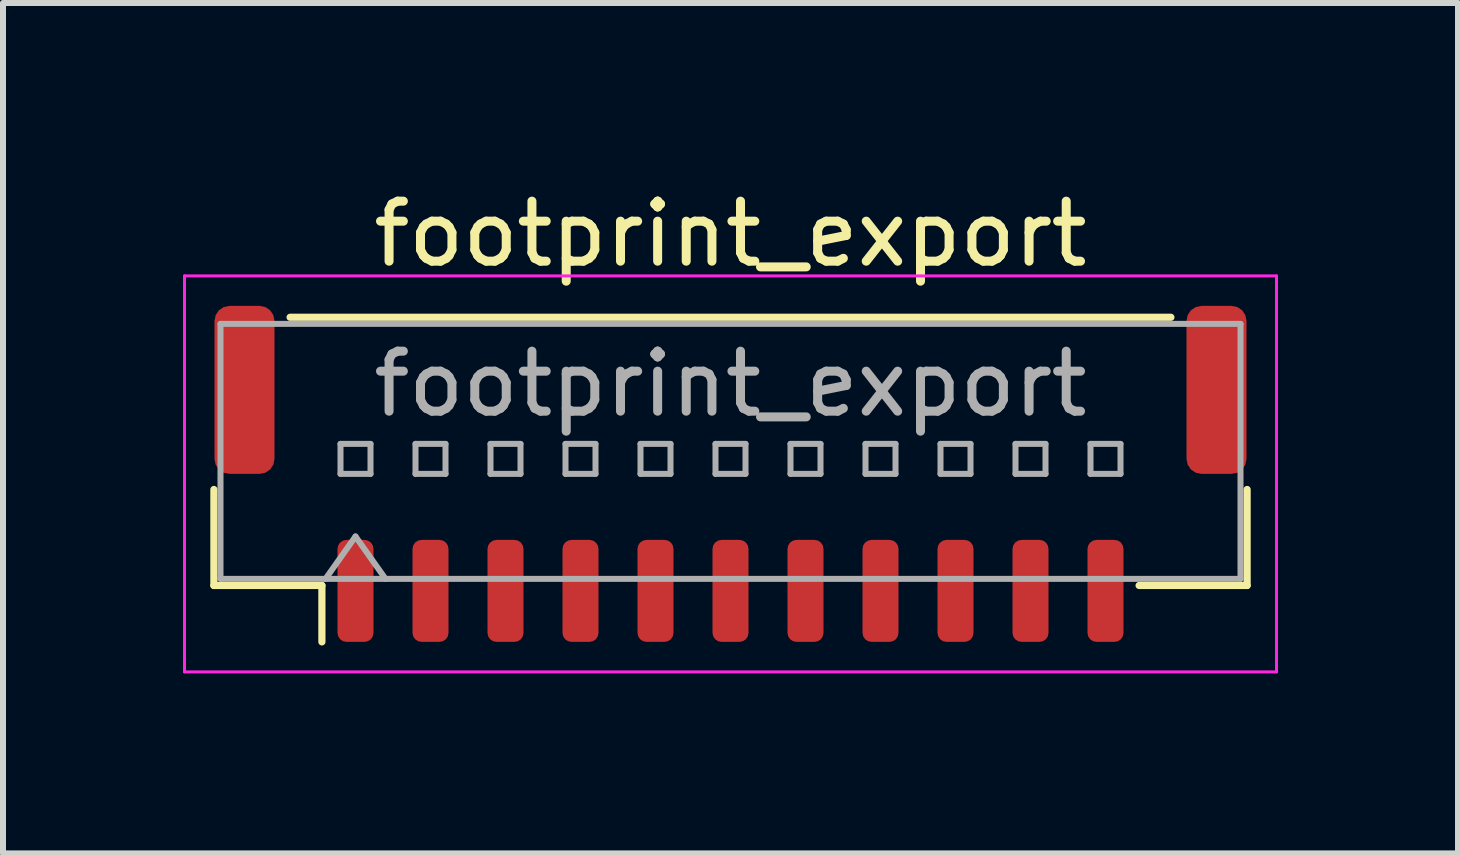
<source format=kicad_pcb>
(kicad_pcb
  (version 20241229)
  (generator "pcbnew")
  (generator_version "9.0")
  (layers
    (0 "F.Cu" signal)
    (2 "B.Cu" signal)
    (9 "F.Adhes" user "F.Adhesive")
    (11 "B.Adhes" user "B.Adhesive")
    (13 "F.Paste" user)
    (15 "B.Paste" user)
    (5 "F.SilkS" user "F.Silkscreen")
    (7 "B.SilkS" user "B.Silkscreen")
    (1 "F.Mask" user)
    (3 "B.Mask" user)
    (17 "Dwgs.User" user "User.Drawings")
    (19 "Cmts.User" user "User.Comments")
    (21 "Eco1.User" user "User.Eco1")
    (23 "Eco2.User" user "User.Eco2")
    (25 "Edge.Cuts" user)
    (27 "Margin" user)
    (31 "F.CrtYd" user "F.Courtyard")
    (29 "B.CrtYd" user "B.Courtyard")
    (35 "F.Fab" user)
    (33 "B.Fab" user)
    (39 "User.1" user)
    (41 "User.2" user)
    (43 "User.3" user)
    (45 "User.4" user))
  (footprint "footprint_export"
    (layer "F.Cu")
    (at 9.125 4.848)
    (property "Reference" "footprint_export" (at 0 -4 0) (layer "F.SilkS") (effects (font (size 1 1) (thickness 0.15))))
    (attr smd)
    (fp_line (start -8.61 0.26) (end -8.61 1.86) (stroke (width 0.12) (type solid)) (layer "F.SilkS"))
    (fp_line (start -8.61 1.86) (end -6.81 1.86) (stroke (width 0.12) (type solid)) (layer "F.SilkS"))
    (fp_line (start -7.34 -2.61) (end 7.34 -2.61) (stroke (width 0.12) (type solid)) (layer "F.SilkS"))
    (fp_line (start -6.81 1.86) (end -6.81 2.8) (stroke (width 0.12) (type solid)) (layer "F.SilkS"))
    (fp_line (start 8.61 0.26) (end 8.61 1.86) (stroke (width 0.12) (type solid)) (layer "F.SilkS"))
    (fp_line (start 8.61 1.86) (end 6.81 1.86) (stroke (width 0.12) (type solid)) (layer "F.SilkS"))
    (fp_line (start -9.1 -3.3) (end -9.1 3.3) (stroke (width 0.05) (type solid)) (layer "F.CrtYd"))
    (fp_line (start -9.1 3.3) (end 9.1 3.3) (stroke (width 0.05) (type solid)) (layer "F.CrtYd"))
    (fp_line (start 9.1 -3.3) (end -9.1 -3.3) (stroke (width 0.05) (type solid)) (layer "F.CrtYd"))
    (fp_line (start 9.1 3.3) (end 9.1 -3.3) (stroke (width 0.05) (type solid)) (layer "F.CrtYd"))
    (fp_line (start -8.5 -2.5) (end 8.5 -2.5) (stroke (width 0.1) (type solid)) (layer "F.Fab"))
    (fp_line (start -8.5 1.75) (end -8.5 -2.5) (stroke (width 0.1) (type solid)) (layer "F.Fab"))
    (fp_line (start -8.5 1.75) (end 8.5 1.75) (stroke (width 0.1) (type solid)) (layer "F.Fab"))
    (fp_line (start -6.75 1.75) (end -6.25 1.043) (stroke (width 0.1) (type solid)) (layer "F.Fab"))
    (fp_line (start -6.5 -0.5) (end -6.5 0) (stroke (width 0.1) (type solid)) (layer "F.Fab"))
    (fp_line (start -6.5 0) (end -6 0) (stroke (width 0.1) (type solid)) (layer "F.Fab"))
    (fp_line (start -6.25 1.043) (end -5.75 1.75) (stroke (width 0.1) (type solid)) (layer "F.Fab"))
    (fp_line (start -6 -0.5) (end -6.5 -0.5) (stroke (width 0.1) (type solid)) (layer "F.Fab"))
    (fp_line (start -6 0) (end -6 -0.5) (stroke (width 0.1) (type solid)) (layer "F.Fab"))
    (fp_line (start -5.25 -0.5) (end -5.25 0) (stroke (width 0.1) (type solid)) (layer "F.Fab"))
    (fp_line (start -5.25 0) (end -4.75 0) (stroke (width 0.1) (type solid)) (layer "F.Fab"))
    (fp_line (start -4.75 -0.5) (end -5.25 -0.5) (stroke (width 0.1) (type solid)) (layer "F.Fab"))
    (fp_line (start -4.75 0) (end -4.75 -0.5) (stroke (width 0.1) (type solid)) (layer "F.Fab"))
    (fp_line (start -4 -0.5) (end -4 0) (stroke (width 0.1) (type solid)) (layer "F.Fab"))
    (fp_line (start -4 0) (end -3.5 0) (stroke (width 0.1) (type solid)) (layer "F.Fab"))
    (fp_line (start -3.5 -0.5) (end -4 -0.5) (stroke (width 0.1) (type solid)) (layer "F.Fab"))
    (fp_line (start -3.5 0) (end -3.5 -0.5) (stroke (width 0.1) (type solid)) (layer "F.Fab"))
    (fp_line (start -2.75 -0.5) (end -2.75 0) (stroke (width 0.1) (type solid)) (layer "F.Fab"))
    (fp_line (start -2.75 0) (end -2.25 0) (stroke (width 0.1) (type solid)) (layer "F.Fab"))
    (fp_line (start -2.25 -0.5) (end -2.75 -0.5) (stroke (width 0.1) (type solid)) (layer "F.Fab"))
    (fp_line (start -2.25 0) (end -2.25 -0.5) (stroke (width 0.1) (type solid)) (layer "F.Fab"))
    (fp_line (start -1.5 -0.5) (end -1.5 0) (stroke (width 0.1) (type solid)) (layer "F.Fab"))
    (fp_line (start -1.5 0) (end -1 0) (stroke (width 0.1) (type solid)) (layer "F.Fab"))
    (fp_line (start -1 -0.5) (end -1.5 -0.5) (stroke (width 0.1) (type solid)) (layer "F.Fab"))
    (fp_line (start -1 0) (end -1 -0.5) (stroke (width 0.1) (type solid)) (layer "F.Fab"))
    (fp_line (start -0.25 -0.5) (end -0.25 0) (stroke (width 0.1) (type solid)) (layer "F.Fab"))
    (fp_line (start -0.25 0) (end 0.25 0) (stroke (width 0.1) (type solid)) (layer "F.Fab"))
    (fp_line (start 0.25 -0.5) (end -0.25 -0.5) (stroke (width 0.1) (type solid)) (layer "F.Fab"))
    (fp_line (start 0.25 0) (end 0.25 -0.5) (stroke (width 0.1) (type solid)) (layer "F.Fab"))
    (fp_line (start 1 -0.5) (end 1 0) (stroke (width 0.1) (type solid)) (layer "F.Fab"))
    (fp_line (start 1 0) (end 1.5 0) (stroke (width 0.1) (type solid)) (layer "F.Fab"))
    (fp_line (start 1.5 -0.5) (end 1 -0.5) (stroke (width 0.1) (type solid)) (layer "F.Fab"))
    (fp_line (start 1.5 0) (end 1.5 -0.5) (stroke (width 0.1) (type solid)) (layer "F.Fab"))
    (fp_line (start 2.25 -0.5) (end 2.25 0) (stroke (width 0.1) (type solid)) (layer "F.Fab"))
    (fp_line (start 2.25 0) (end 2.75 0) (stroke (width 0.1) (type solid)) (layer "F.Fab"))
    (fp_line (start 2.75 -0.5) (end 2.25 -0.5) (stroke (width 0.1) (type solid)) (layer "F.Fab"))
    (fp_line (start 2.75 0) (end 2.75 -0.5) (stroke (width 0.1) (type solid)) (layer "F.Fab"))
    (fp_line (start 3.5 -0.5) (end 3.5 0) (stroke (width 0.1) (type solid)) (layer "F.Fab"))
    (fp_line (start 3.5 0) (end 4 0) (stroke (width 0.1) (type solid)) (layer "F.Fab"))
    (fp_line (start 4 -0.5) (end 3.5 -0.5) (stroke (width 0.1) (type solid)) (layer "F.Fab"))
    (fp_line (start 4 0) (end 4 -0.5) (stroke (width 0.1) (type solid)) (layer "F.Fab"))
    (fp_line (start 4.75 -0.5) (end 4.75 0) (stroke (width 0.1) (type solid)) (layer "F.Fab"))
    (fp_line (start 4.75 0) (end 5.25 0) (stroke (width 0.1) (type solid)) (layer "F.Fab"))
    (fp_line (start 5.25 -0.5) (end 4.75 -0.5) (stroke (width 0.1) (type solid)) (layer "F.Fab"))
    (fp_line (start 5.25 0) (end 5.25 -0.5) (stroke (width 0.1) (type solid)) (layer "F.Fab"))
    (fp_line (start 6 -0.5) (end 6 0) (stroke (width 0.1) (type solid)) (layer "F.Fab"))
    (fp_line (start 6 0) (end 6.5 0) (stroke (width 0.1) (type solid)) (layer "F.Fab"))
    (fp_line (start 6.5 -0.5) (end 6 -0.5) (stroke (width 0.1) (type solid)) (layer "F.Fab"))
    (fp_line (start 6.5 0) (end 6.5 -0.5) (stroke (width 0.1) (type solid)) (layer "F.Fab"))
    (fp_line (start 8.5 1.75) (end 8.5 -2.5) (stroke (width 0.1) (type solid)) (layer "F.Fab"))
    (fp_text user "${REFERENCE}" (at 0 -1.5 0) (layer "F.Fab") (effects (font (size 1 1) (thickness 0.15))))
    (pad "1" smd roundrect (at -6.25 1.95) (size 0.6 1.7) (layers "F.Cu" "F.Mask" "F.Paste") (roundrect_rratio 0.25))
    (pad "2" smd roundrect (at -5 1.95) (size 0.6 1.7) (layers "F.Cu" "F.Mask" "F.Paste") (roundrect_rratio 0.25))
    (pad "3" smd roundrect (at -3.75 1.95) (size 0.6 1.7) (layers "F.Cu" "F.Mask" "F.Paste") (roundrect_rratio 0.25))
    (pad "4" smd roundrect (at -2.5 1.95) (size 0.6 1.7) (layers "F.Cu" "F.Mask" "F.Paste") (roundrect_rratio 0.25))
    (pad "5" smd roundrect (at -1.25 1.95) (size 0.6 1.7) (layers "F.Cu" "F.Mask" "F.Paste") (roundrect_rratio 0.25))
    (pad "6" smd roundrect (at 0 1.95) (size 0.6 1.7) (layers "F.Cu" "F.Mask" "F.Paste") (roundrect_rratio 0.25))
    (pad "7" smd roundrect (at 1.25 1.95) (size 0.6 1.7) (layers "F.Cu" "F.Mask" "F.Paste") (roundrect_rratio 0.25))
    (pad "8" smd roundrect (at 2.5 1.95) (size 0.6 1.7) (layers "F.Cu" "F.Mask" "F.Paste") (roundrect_rratio 0.25))
    (pad "9" smd roundrect (at 3.75 1.95) (size 0.6 1.7) (layers "F.Cu" "F.Mask" "F.Paste") (roundrect_rratio 0.25))
    (pad "10" smd roundrect (at 5 1.95) (size 0.6 1.7) (layers "F.Cu" "F.Mask" "F.Paste") (roundrect_rratio 0.25))
    (pad "11" smd roundrect (at 6.25 1.95) (size 0.6 1.7) (layers "F.Cu" "F.Mask" "F.Paste") (roundrect_rratio 0.25))
    (pad "MP" smd roundrect (at -8.1 -1.4) (size 1 2.8) (layers "F.Cu" "F.Mask" "F.Paste") (roundrect_rratio 0.25))
    (pad "MP" smd roundrect (at 8.1 -1.4) (size 1 2.8) (layers "F.Cu" "F.Mask" "F.Paste") (roundrect_rratio 0.25)))
  (gr_rect
    (start -3 -3)
    (end 21.25 11.173)
    (stroke (width 0.1) (type default))
    (fill no)
    (layer "Edge.Cuts")))
</source>
